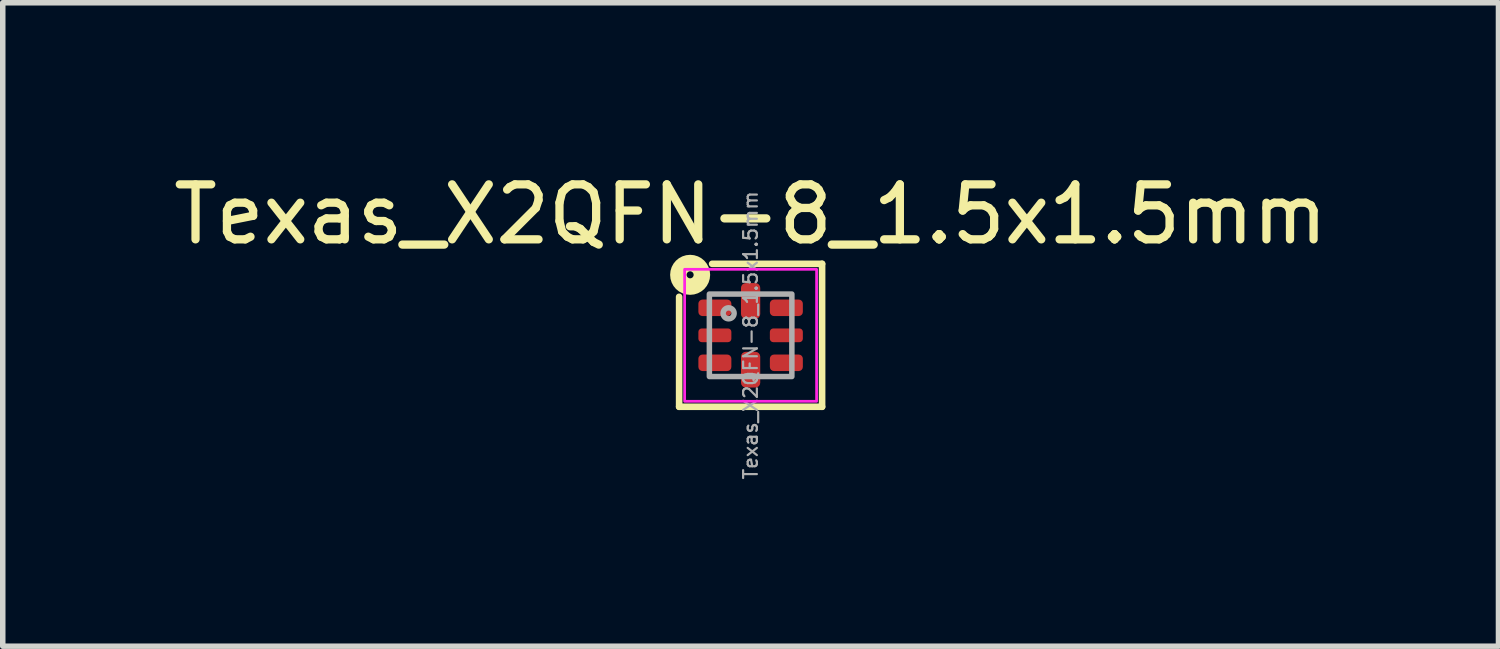
<source format=kicad_pcb>
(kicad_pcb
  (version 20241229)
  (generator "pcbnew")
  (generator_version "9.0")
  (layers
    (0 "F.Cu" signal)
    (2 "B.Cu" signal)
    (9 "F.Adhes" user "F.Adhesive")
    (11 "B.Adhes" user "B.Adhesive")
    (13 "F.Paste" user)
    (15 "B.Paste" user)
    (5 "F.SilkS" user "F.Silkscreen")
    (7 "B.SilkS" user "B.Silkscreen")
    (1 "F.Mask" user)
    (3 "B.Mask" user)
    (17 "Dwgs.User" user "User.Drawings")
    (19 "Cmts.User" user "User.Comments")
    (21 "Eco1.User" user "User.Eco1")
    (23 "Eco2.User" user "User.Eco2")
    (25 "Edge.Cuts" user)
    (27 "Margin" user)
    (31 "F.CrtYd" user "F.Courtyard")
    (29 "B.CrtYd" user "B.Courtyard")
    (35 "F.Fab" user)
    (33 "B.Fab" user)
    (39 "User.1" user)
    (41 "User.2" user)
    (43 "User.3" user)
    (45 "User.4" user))
  (footprint "Texas_X2QFN-8_1.5x1.5mm"
    (layer "F.Cu")
    (at 10.601 3.048)
    (property "Reference" "Texas_X2QFN-8_1.5x1.5mm" (at 0 -2.2 0) (unlocked yes) (layer "F.SilkS") (effects (font (size 1 1) (thickness 0.15))))
    (attr smd)
    (fp_line (start -1.3 -0.7) (end -1.3 1.3) (stroke (width 0.12) (type solid)) (layer "F.SilkS"))
    (fp_line (start -1.3 1.3) (end 1.3 1.3) (stroke (width 0.12) (type solid)) (layer "F.SilkS"))
    (fp_line (start 1.3 -1.3) (end -0.7 -1.3) (stroke (width 0.12) (type solid)) (layer "F.SilkS"))
    (fp_line (start 1.3 1.3) (end 1.3 -1.3) (stroke (width 0.12) (type solid)) (layer "F.SilkS"))
    (fp_circle (center -1.1 -1.1) (end -1.036 -1.1) (stroke (width 0.3) (type solid)) (fill no) (layer "F.SilkS"))
    (fp_rect (start -1.2 -1.2) (end 1.2 1.2) (stroke (width 0.05) (type solid)) (fill no) (layer "F.CrtYd"))
    (fp_rect (start -0.75 -0.75) (end 0.75 0.75) (stroke (width 0.1) (type solid)) (fill no) (layer "F.Fab"))
    (fp_circle (center -0.4 -0.4) (end -0.3 -0.4) (stroke (width 0.1) (type solid)) (fill no) (layer "F.Fab"))
    (fp_text user "${REFERENCE}" (at 0 0 90) (unlocked yes) (layer "F.Fab") (effects (font (size 0.25 0.25) (thickness 0.04))))
    (pad "1" smd roundrect (at -0.65 -0.5) (size 0.6 0.3) (layers "F.Cu" "F.Mask" "F.Paste") (roundrect_rratio 0.25))
    (pad "2" smd roundrect (at -0.65 0) (size 0.6 0.25) (layers "F.Cu" "F.Mask" "F.Paste") (roundrect_rratio 0.25))
    (pad "3" smd roundrect (at -0.65 0.5) (size 0.6 0.3) (layers "F.Cu" "F.Mask" "F.Paste") (roundrect_rratio 0.25))
    (pad "4" smd roundrect (at 0 0.625) (size 0.35 0.65) (layers "F.Cu" "F.Mask" "F.Paste") (roundrect_rratio 0.25))
    (pad "5" smd roundrect (at 0.65 0.5 180) (size 0.6 0.3) (layers "F.Cu" "F.Mask" "F.Paste") (roundrect_rratio 0.25))
    (pad "6" smd roundrect (at 0.65 0 180) (size 0.6 0.25) (layers "F.Cu" "F.Mask" "F.Paste") (roundrect_rratio 0.25))
    (pad "7" smd roundrect (at 0.65 -0.5 180) (size 0.6 0.3) (layers "F.Cu" "F.Mask" "F.Paste") (roundrect_rratio 0.25))
    (pad "8" smd roundrect (at 0 -0.625 180) (size 0.35 0.65) (layers "F.Cu" "F.Mask" "F.Paste") (roundrect_rratio 0.25)))
  (gr_rect
    (start -3 -3)
    (end 24.202 8.702)
    (stroke (width 0.1) (type default))
    (fill no)
    (layer "Edge.Cuts")))
</source>
